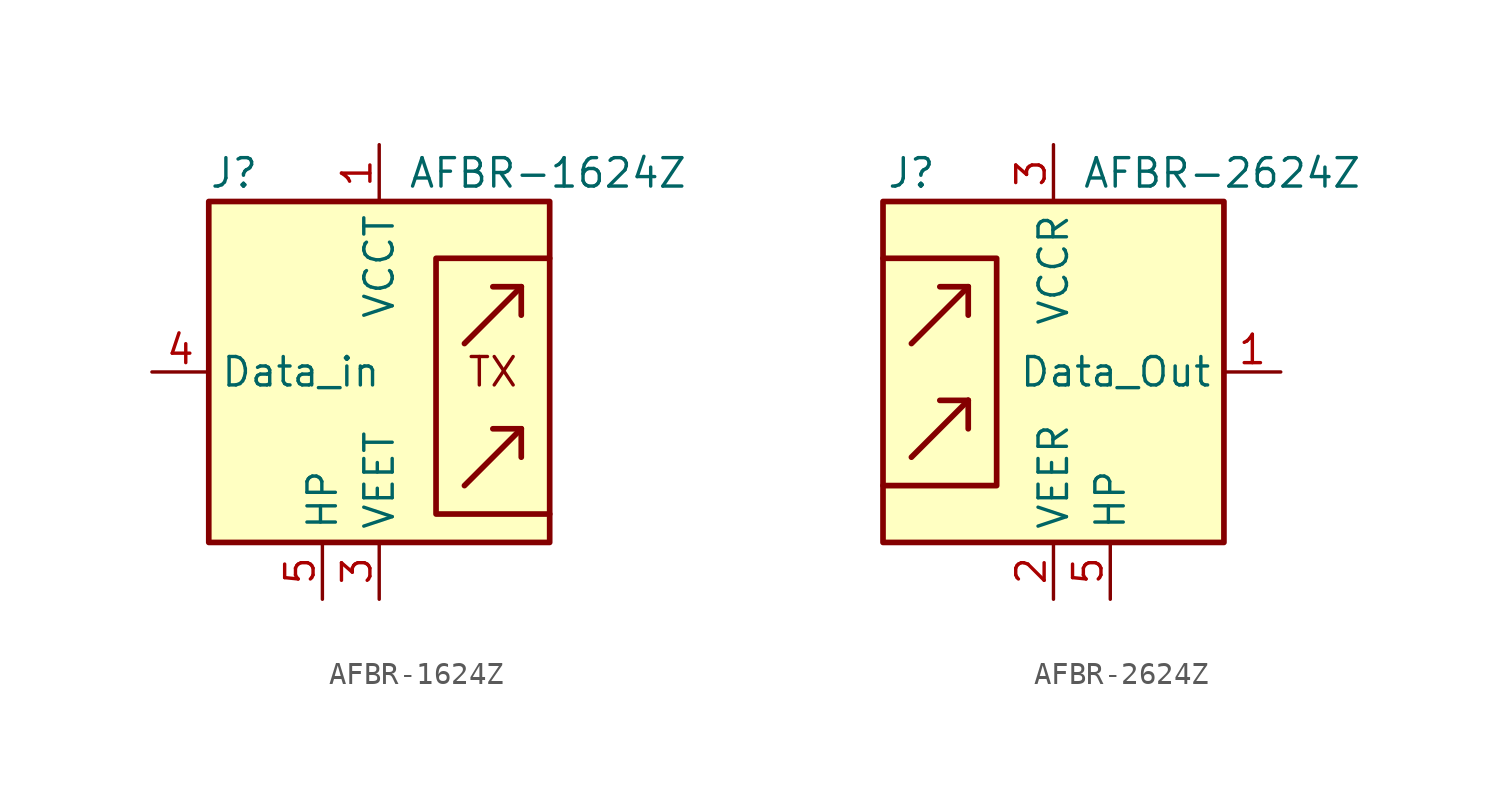
<source format=kicad_sym>
(kicad_symbol_lib
  (version 20241209)
  (generator "kicad_symbol_editor")
  (generator_version "9.0")
  (symbol "AFBR-1624Z"
    (property "Reference" "J"
      (at -7.62 8.89 0)
      (effects (font (size 1.27 1.27)) (justify left)))
    (property "Value" "AFBR-1624Z"
      (at 1.27 8.89 0)
      (effects (font (size 1.27 1.27)) (justify left)))
    (symbol "AFBR-1624Z_0_0"
      (text "TX" (at 5.08 0 0) (effects (font (size 1.27 1.27)))))
    (symbol "AFBR-1624Z_0_1"
      (rectangle (start -7.62 7.62) (end 7.62 -7.62) (stroke (width 0.254) (type default)) (fill (type background)))
      (polyline (pts (xy 6.35 3.81) (xy 3.81 1.27)) (stroke (width 0.254) (type default)) (fill (type none)))
      (polyline (pts (xy 6.35 3.81) (xy 5.08 3.81)) (stroke (width 0.254) (type default)) (fill (type none)))
      (polyline (pts (xy 6.35 3.81) (xy 6.35 2.54)) (stroke (width 0.254) (type default)) (fill (type none)))
      (polyline (pts (xy 6.35 -2.54) (xy 3.81 -5.08)) (stroke (width 0.254) (type default)) (fill (type none)))
      (polyline (pts (xy 6.35 -2.54) (xy 5.08 -2.54)) (stroke (width 0.254) (type default)) (fill (type none)))
      (polyline (pts (xy 6.35 -2.54) (xy 6.35 -3.81)) (stroke (width 0.254) (type default)) (fill (type none)))
      (polyline (pts (xy 7.62 5.08) (xy 2.54 5.08) (xy 2.54 -1.27) (xy 2.54 -6.35) (xy 7.62 -6.35)) (stroke (width 0.254) (type default)) (fill (type none))))
    (symbol "AFBR-1624Z_1_1"
      (pin input line (at -10.16 0 0) (length 2.54) (name "Data_in" (effects (font (size 1.27 1.27)))) (number "4" (effects (font (size 1.27 1.27)))))
      (pin no_connect line (at -7.62 5.08 0) (length 2.54) (hide yes) (name "NC" (effects (font (size 1.27 1.27)))) (number "2" (effects (font (size 1.27 1.27)))))
      (pin passive line (at -2.54 -10.16 90) (length 2.54) (name "HP" (effects (font (size 1.27 1.27)))) (number "5" (effects (font (size 1.27 1.27)))))
      (pin passive line (at -2.54 -10.16 90) (length 2.54) (hide yes) (name "HP" (effects (font (size 1.27 1.27)))) (number "8" (effects (font (size 1.27 1.27)))))
      (pin power_in line (at 0 10.16 270) (length 2.54) (name "VCCT" (effects (font (size 1.27 1.27)))) (number "1" (effects (font (size 1.27 1.27)))))
      (pin power_in line (at 0 -10.16 90) (length 2.54) (name "VEET" (effects (font (size 1.27 1.27)))) (number "3" (effects (font (size 1.27 1.27)))))))
  (symbol "AFBR-2624Z"
    (property "Reference" "J"
      (at -6.35 8.89 0)
      (effects (font (size 1.27 1.27))))
    (property "Value" "AFBR-2624Z"
      (at 1.27 8.89 0)
      (effects (font (size 1.27 1.27)) (justify left)))
    (symbol "AFBR-2624Z_0_1"
      (rectangle (start -7.62 7.62) (end 7.62 -7.62) (stroke (width 0.254) (type default)) (fill (type background)))
      (polyline (pts (xy -7.62 5.08) (xy -2.54 5.08) (xy -2.54 -5.08) (xy -7.62 -5.08)) (stroke (width 0.254) (type default)) (fill (type none)))
      (polyline (pts (xy -3.81 3.81) (xy -6.35 1.27)) (stroke (width 0.254) (type default)) (fill (type none)))
      (polyline (pts (xy -3.81 3.81) (xy -5.08 3.81)) (stroke (width 0.254) (type default)) (fill (type none)))
      (polyline (pts (xy -3.81 3.81) (xy -3.81 2.54)) (stroke (width 0.254) (type default)) (fill (type none)))
      (polyline (pts (xy -3.81 -1.27) (xy -6.35 -3.81)) (stroke (width 0.254) (type default)) (fill (type none)))
      (polyline (pts (xy -3.81 -1.27) (xy -5.08 -1.27)) (stroke (width 0.254) (type default)) (fill (type none)))
      (polyline (pts (xy -3.81 -1.27) (xy -3.81 -2.54)) (stroke (width 0.254) (type default)) (fill (type none))))
    (symbol "AFBR-2624Z_1_1"
      (pin power_in line (at 0 10.16 270) (length 2.54) (name "VCCR" (effects (font (size 1.27 1.27)))) (number "3" (effects (font (size 1.27 1.27)))))
      (pin power_in line (at 0 -10.16 90) (length 2.54) (name "VEER" (effects (font (size 1.27 1.27)))) (number "2" (effects (font (size 1.27 1.27)))))
      (pin passive line (at 2.54 -10.16 90) (length 2.54) (name "HP" (effects (font (size 1.27 1.27)))) (number "5" (effects (font (size 1.27 1.27)))))
      (pin passive line (at 2.54 -10.16 90) (length 2.54) (hide yes) (name "HP" (effects (font (size 1.27 1.27)))) (number "8" (effects (font (size 1.27 1.27)))))
      (pin no_connect line (at 7.62 5.08 180) (length 2.54) (hide yes) (name "NC" (effects (font (size 1.27 1.27)))) (number "4" (effects (font (size 1.27 1.27)))))
      (pin output line (at 10.16 0 180) (length 2.54) (name "Data_Out" (effects (font (size 1.27 1.27)))) (number "1" (effects (font (size 1.27 1.27))))))))
</source>
